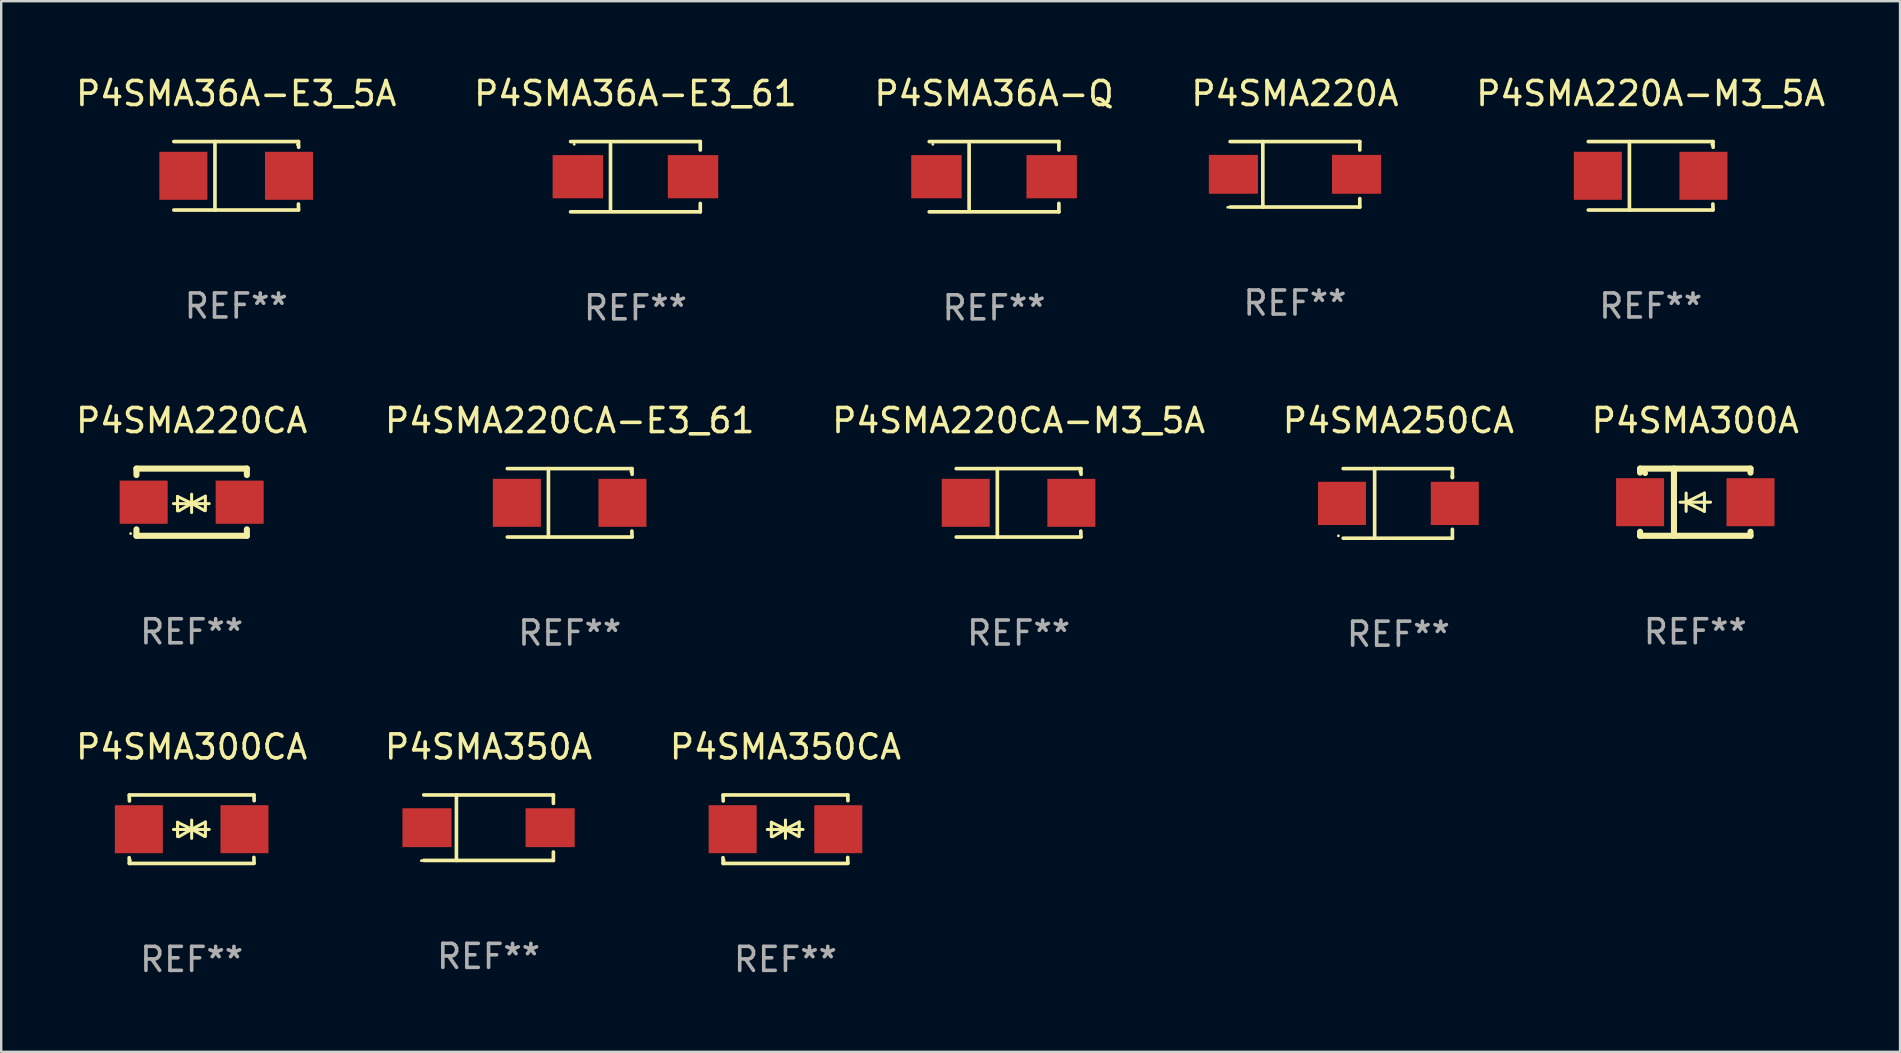
<source format=kicad_pcb>
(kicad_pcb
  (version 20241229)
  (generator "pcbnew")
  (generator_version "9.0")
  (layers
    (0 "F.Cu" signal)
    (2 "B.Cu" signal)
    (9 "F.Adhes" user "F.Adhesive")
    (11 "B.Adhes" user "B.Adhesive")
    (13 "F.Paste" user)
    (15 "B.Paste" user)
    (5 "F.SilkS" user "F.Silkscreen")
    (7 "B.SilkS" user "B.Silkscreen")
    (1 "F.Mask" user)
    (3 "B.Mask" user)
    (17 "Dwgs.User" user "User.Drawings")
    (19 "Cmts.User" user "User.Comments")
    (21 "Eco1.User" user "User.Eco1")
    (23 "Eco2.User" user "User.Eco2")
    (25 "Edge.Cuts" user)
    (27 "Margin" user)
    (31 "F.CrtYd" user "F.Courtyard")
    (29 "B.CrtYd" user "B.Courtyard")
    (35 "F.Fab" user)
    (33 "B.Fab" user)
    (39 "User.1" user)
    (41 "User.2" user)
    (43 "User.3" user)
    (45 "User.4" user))
  (footprint "P4SMA350A"
    (layer "F.Cu")
    (at 17.304 31.432)
    (property "Reference" "P4SMA350A" (at 0 -3.364 0) (layer "F.SilkS") (effects (font (size 1 1) (thickness 0.15))))
    (attr through_hole)
    (fp_line (start -2.701 -1.364) (end 2.701 -1.364) (stroke (width 0.152) (type solid)) (layer "F.SilkS"))
    (fp_line (start -2.701 1.364) (end 2.701 1.364) (stroke (width 0.152) (type solid)) (layer "F.SilkS"))
    (fp_line (start -1.339 -1.364) (end -1.339 1.364) (stroke (width 0.152) (type solid)) (layer "F.SilkS"))
    (fp_line (start 2.701 -1.364) (end 2.701 -1.013) (stroke (width 0.152) (type solid)) (layer "F.SilkS"))
    (fp_line (start 2.701 1.364) (end 2.701 1.013) (stroke (width 0.152) (type solid)) (layer "F.SilkS"))
    (fp_circle (center -2.8 1.375) (end -2.77 1.375) (stroke (width 0.06) (type solid)) (fill no) (layer "F.SilkS"))
    (fp_text user "REF**" (at 0 5.364 0) (layer "F.Fab") (effects (font (size 1 1) (thickness 0.15))))
    (pad "1" smd rect (at -2.565 -0.000025) (size 2.046 1.62) (layers "F.Cu" "F.Mask" "F.Paste"))
    (pad "2" smd rect (at 2.565 -0.000025) (size 2.046 1.62) (layers "F.Cu" "F.Mask" "F.Paste")))
  (footprint "P4SMA220A-M3_5A"
    (layer "F.Cu")
    (at 65.72 4.274)
    (property "Reference" "P4SMA220A-M3_5A" (at 0 -3.426 0) (layer "F.SilkS") (effects (font (size 1 1) (thickness 0.15))))
    (attr through_hole)
    (fp_line (start -2.6 -1.426) (end 2.593 -1.426) (stroke (width 0.152) (type solid)) (layer "F.SilkS"))
    (fp_line (start -2.6 1.426) (end 2.593 1.426) (stroke (width 0.152) (type solid)) (layer "F.SilkS"))
    (fp_line (start -0.887 -1.426) (end -0.887 1.426) (stroke (width 0.152) (type solid)) (layer "F.SilkS"))
    (fp_line (start 2.59 1.176) (end 2.597 1.415) (stroke (width 0.152) (type solid)) (layer "F.SilkS"))
    (fp_line (start 2.593 -1.426) (end 2.6 -1.187) (stroke (width 0.152) (type solid)) (layer "F.SilkS"))
    (fp_circle (center 2.547 -1.3) (end 2.577 -1.3) (stroke (width 0.06) (type solid)) (fill no) (layer "F.SilkS"))
    (fp_text user "REF**" (at 0 5.426 0) (layer "F.Fab") (effects (font (size 1 1) (thickness 0.15))))
    (pad "1" smd rect (at 2.197 -0.000025 180) (size 2 2) (layers "F.Cu" "F.Mask" "F.Paste"))
    (pad "2" smd rect (at -2.203 -0.000025 180) (size 2 2) (layers "F.Cu" "F.Mask" "F.Paste")))
  (footprint "P4SMA36A-Q"
    (layer "F.Cu")
    (at 38.363 4.312)
    (property "Reference" "P4SMA36A-Q" (at 0 -3.464 0) (layer "F.SilkS") (effects (font (size 1 1) (thickness 0.15))))
    (attr through_hole)
    (fp_line (start -2.701 -1.464) (end 2.701 -1.464) (stroke (width 0.152) (type solid)) (layer "F.SilkS"))
    (fp_line (start -2.701 1.464) (end 2.701 1.464) (stroke (width 0.152) (type solid)) (layer "F.SilkS"))
    (fp_line (start -1.039 -1.364) (end -1.039 1.364) (stroke (width 0.152) (type solid)) (layer "F.SilkS"))
    (fp_line (start 2.701 -1.464) (end 2.701 -1.113) (stroke (width 0.152) (type solid)) (layer "F.SilkS"))
    (fp_line (start 2.701 1.464) (end 2.701 1.113) (stroke (width 0.152) (type solid)) (layer "F.SilkS"))
    (fp_circle (center -2.55 -1.35) (end -2.52 -1.35) (stroke (width 0.06) (type solid)) (fill no) (layer "F.SilkS"))
    (fp_text user "REF**" (at 0 5.464 0) (layer "F.Fab") (effects (font (size 1 1) (thickness 0.15))))
    (pad "1" smd rect (at -2.4 0) (size 2.1 1.8) (layers "F.Cu" "F.Mask" "F.Paste"))
    (pad "2" smd rect (at 2.4 0) (size 2.1 1.8) (layers "F.Cu" "F.Mask" "F.Paste")))
  (footprint "P4SMA250CA"
    (layer "F.Cu")
    (at 55.208 17.922)
    (property "Reference" "P4SMA250CA" (at 0 -3.45 0) (layer "F.SilkS") (effects (font (size 1 1) (thickness 0.15))))
    (attr through_hole)
    (fp_line (start -2.3 -1.45) (end 2.25 -1.45) (stroke (width 0.152) (type solid)) (layer "F.SilkS"))
    (fp_line (start -0.989 -1.45) (end -0.989 1.45) (stroke (width 0.152) (type solid)) (layer "F.SilkS"))
    (fp_line (start 2.25 -1.45) (end 2.25 -1.08) (stroke (width 0.152) (type solid)) (layer "F.SilkS"))
    (fp_line (start 2.25 -1.08) (end 2.25 -1.142) (stroke (width 0.152) (type solid)) (layer "F.SilkS"))
    (fp_line (start 2.25 1.45) (end -2.3 1.45) (stroke (width 0.152) (type solid)) (layer "F.SilkS"))
    (fp_line (start 2.25 1.45) (end 2.25 1.08) (stroke (width 0.152) (type solid)) (layer "F.SilkS"))
    (fp_circle (center -2.5 1.35) (end -2.47 1.35) (stroke (width 0.06) (type solid)) (fill no) (layer "F.SilkS"))
    (fp_text user "REF**" (at 0 5.45 0) (layer "F.Fab") (effects (font (size 1 1) (thickness 0.15))))
    (pad "1" smd rect (at -2.35 0.000025) (size 2 1.8) (layers "F.Cu" "F.Mask" "F.Paste"))
    (pad "2" smd rect (at 2.35 0.000025) (size 2 1.8) (layers "F.Cu" "F.Mask" "F.Paste")))
  (footprint "P4SMA220CA-M3_5A"
    (layer "F.Cu")
    (at 39.387 17.898)
    (property "Reference" "P4SMA220CA-M3_5A" (at 0 -3.426 0) (layer "F.SilkS") (effects (font (size 1 1) (thickness 0.15))))
    (attr through_hole)
    (fp_line (start -2.6 -1.426) (end 2.593 -1.426) (stroke (width 0.152) (type solid)) (layer "F.SilkS"))
    (fp_line (start -2.6 1.426) (end 2.593 1.426) (stroke (width 0.152) (type solid)) (layer "F.SilkS"))
    (fp_line (start -0.887 -1.426) (end -0.887 1.426) (stroke (width 0.152) (type solid)) (layer "F.SilkS"))
    (fp_line (start 2.59 1.176) (end 2.597 1.415) (stroke (width 0.152) (type solid)) (layer "F.SilkS"))
    (fp_line (start 2.593 -1.426) (end 2.6 -1.187) (stroke (width 0.152) (type solid)) (layer "F.SilkS"))
    (fp_circle (center 2.547 -1.3) (end 2.577 -1.3) (stroke (width 0.06) (type solid)) (fill no) (layer "F.SilkS"))
    (fp_text user "REF**" (at 0 5.426 0) (layer "F.Fab") (effects (font (size 1 1) (thickness 0.15))))
    (pad "1" smd rect (at 2.197 -0.000025 180) (size 2 2) (layers "F.Cu" "F.Mask" "F.Paste"))
    (pad "2" smd rect (at -2.203 -0.000025 180) (size 2 2) (layers "F.Cu" "F.Mask" "F.Paste")))
  (footprint "P4SMA220CA-E3_61"
    (layer "F.Cu")
    (at 20.685 17.898)
    (property "Reference" "P4SMA220CA-E3_61" (at 0 -3.426 0) (layer "F.SilkS") (effects (font (size 1 1) (thickness 0.15))))
    (attr through_hole)
    (fp_line (start -2.6 -1.426) (end 2.593 -1.426) (stroke (width 0.152) (type solid)) (layer "F.SilkS"))
    (fp_line (start -2.6 1.426) (end 2.593 1.426) (stroke (width 0.152) (type solid)) (layer "F.SilkS"))
    (fp_line (start -0.887 -1.426) (end -0.887 1.426) (stroke (width 0.152) (type solid)) (layer "F.SilkS"))
    (fp_line (start 2.59 1.176) (end 2.597 1.415) (stroke (width 0.152) (type solid)) (layer "F.SilkS"))
    (fp_line (start 2.593 -1.426) (end 2.6 -1.187) (stroke (width 0.152) (type solid)) (layer "F.SilkS"))
    (fp_circle (center 2.547 -1.3) (end 2.577 -1.3) (stroke (width 0.06) (type solid)) (fill no) (layer "F.SilkS"))
    (fp_text user "REF**" (at 0 5.426 0) (layer "F.Fab") (effects (font (size 1 1) (thickness 0.15))))
    (pad "1" smd rect (at 2.197 -0.000025 180) (size 2 2) (layers "F.Cu" "F.Mask" "F.Paste"))
    (pad "2" smd rect (at -2.203 -0.000025 180) (size 2 2) (layers "F.Cu" "F.Mask" "F.Paste")))
  (footprint "P4SMA350CA"
    (layer "F.Cu")
    (at 29.673 31.495)
    (property "Reference" "P4SMA350CA" (at 0 -3.426 0) (layer "F.SilkS") (effects (font (size 1 1) (thickness 0.15))))
    (attr through_hole)
    (fp_line (start -2.596 -1.426) (end 2.596 -1.426) (stroke (width 0.152) (type solid)) (layer "F.SilkS"))
    (fp_line (start -2.596 1.426) (end -2.603 1.187) (stroke (width 0.152) (type solid)) (layer "F.SilkS"))
    (fp_line (start -2.596 1.426) (end 2.596 1.426) (stroke (width 0.152) (type solid)) (layer "F.SilkS"))
    (fp_line (start -2.593 -1.176) (end -2.6 -1.415) (stroke (width 0.152) (type solid)) (layer "F.SilkS"))
    (fp_line (start -0.758 0.011) (end 0.732 0.011) (stroke (width 0.127) (type solid)) (layer "F.SilkS"))
    (fp_line (start -0.588 -0.289) (end -0.588 0.311) (stroke (width 0.127) (type solid)) (layer "F.SilkS"))
    (fp_line (start -0.588 -0.289) (end 0 0) (stroke (width 0.127) (type solid)) (layer "F.SilkS"))
    (fp_line (start -0.528 0.311) (end 0 0) (stroke (width 0.127) (type solid)) (layer "F.SilkS"))
    (fp_line (start 0 0) (end 0 -0.381) (stroke (width 0.127) (type solid)) (layer "F.SilkS"))
    (fp_line (start 0 0) (end 0 0.381) (stroke (width 0.127) (type solid)) (layer "F.SilkS"))
    (fp_line (start 0.542 0.301) (end 0 0) (stroke (width 0.127) (type solid)) (layer "F.SilkS"))
    (fp_line (start 0.572 -0.299) (end 0 0) (stroke (width 0.127) (type solid)) (layer "F.SilkS"))
    (fp_line (start 0.572 -0.299) (end 0.572 0.301) (stroke (width 0.127) (type solid)) (layer "F.SilkS"))
    (fp_line (start 2.593 1.176) (end 2.6 1.415) (stroke (width 0.152) (type solid)) (layer "F.SilkS"))
    (fp_line (start 2.596 -1.426) (end 2.603 -1.187) (stroke (width 0.152) (type solid)) (layer "F.SilkS"))
    (fp_circle (center -2.55 1.3) (end -2.52 1.3) (stroke (width 0.06) (type solid)) (fill no) (layer "F.SilkS"))
    (fp_text user "REF**" (at 0 5.426 0) (layer "F.Fab") (effects (font (size 1 1) (thickness 0.15))))
    (pad "1" smd rect (at -2.2 0 180) (size 2 2) (layers "F.Cu" "F.Mask" "F.Paste"))
    (pad "2" smd rect (at 2.2 0 180) (size 2 2) (layers "F.Cu" "F.Mask" "F.Paste")))
  (footprint "P4SMA220A"
    (layer "F.Cu")
    (at 50.899 4.212)
    (property "Reference" "P4SMA220A" (at 0 -3.364 0) (layer "F.SilkS") (effects (font (size 1 1) (thickness 0.15))))
    (attr through_hole)
    (fp_line (start -2.701 -1.364) (end 2.701 -1.364) (stroke (width 0.152) (type solid)) (layer "F.SilkS"))
    (fp_line (start -2.701 1.364) (end 2.701 1.364) (stroke (width 0.152) (type solid)) (layer "F.SilkS"))
    (fp_line (start -1.339 -1.364) (end -1.339 1.364) (stroke (width 0.152) (type solid)) (layer "F.SilkS"))
    (fp_line (start 2.701 -1.364) (end 2.701 -1.013) (stroke (width 0.152) (type solid)) (layer "F.SilkS"))
    (fp_line (start 2.701 1.364) (end 2.701 1.013) (stroke (width 0.152) (type solid)) (layer "F.SilkS"))
    (fp_circle (center -2.8 1.375) (end -2.77 1.375) (stroke (width 0.06) (type solid)) (fill no) (layer "F.SilkS"))
    (fp_text user "REF**" (at 0 5.364 0) (layer "F.Fab") (effects (font (size 1 1) (thickness 0.15))))
    (pad "1" smd rect (at -2.565 -0.000025) (size 2.046 1.62) (layers "F.Cu" "F.Mask" "F.Paste"))
    (pad "2" smd rect (at 2.565 -0.000025) (size 2.046 1.62) (layers "F.Cu" "F.Mask" "F.Paste")))
  (footprint "P4SMA36A-E3_61"
    (layer "F.Cu")
    (at 23.423 4.312)
    (property "Reference" "P4SMA36A-E3_61" (at 0 -3.464 0) (layer "F.SilkS") (effects (font (size 1 1) (thickness 0.15))))
    (attr through_hole)
    (fp_line (start -2.701 -1.464) (end 2.701 -1.464) (stroke (width 0.152) (type solid)) (layer "F.SilkS"))
    (fp_line (start -2.701 1.464) (end 2.701 1.464) (stroke (width 0.152) (type solid)) (layer "F.SilkS"))
    (fp_line (start -1.039 -1.364) (end -1.039 1.364) (stroke (width 0.152) (type solid)) (layer "F.SilkS"))
    (fp_line (start 2.701 -1.464) (end 2.701 -1.113) (stroke (width 0.152) (type solid)) (layer "F.SilkS"))
    (fp_line (start 2.701 1.464) (end 2.701 1.113) (stroke (width 0.152) (type solid)) (layer "F.SilkS"))
    (fp_circle (center -2.55 -1.35) (end -2.52 -1.35) (stroke (width 0.06) (type solid)) (fill no) (layer "F.SilkS"))
    (fp_text user "REF**" (at 0 5.464 0) (layer "F.Fab") (effects (font (size 1 1) (thickness 0.15))))
    (pad "1" smd rect (at -2.4 0) (size 2.1 1.8) (layers "F.Cu" "F.Mask" "F.Paste"))
    (pad "2" smd rect (at 2.4 0) (size 2.1 1.8) (layers "F.Cu" "F.Mask" "F.Paste")))
  (footprint "P4SMA220CA"
    (layer "F.Cu")
    (at 4.935 17.872)
    (property "Reference" "P4SMA220CA" (at 0 -3.4 0) (layer "F.SilkS") (effects (font (size 1 1) (thickness 0.15))))
    (attr through_hole)
    (fp_line (start -2.3 -1.4) (end -2.3 -1.131) (stroke (width 0.254) (type solid)) (layer "F.SilkS"))
    (fp_line (start -2.3 -1.4) (end 2.3 -1.4) (stroke (width 0.254) (type solid)) (layer "F.SilkS"))
    (fp_line (start -2.3 1.131) (end -2.3 1.4) (stroke (width 0.254) (type solid)) (layer "F.SilkS"))
    (fp_line (start -2.3 1.4) (end 2.3 1.4) (stroke (width 0.254) (type solid)) (layer "F.SilkS"))
    (fp_line (start -0.76 0.06) (end 0.73 0.06) (stroke (width 0.127) (type solid)) (layer "F.SilkS"))
    (fp_line (start -0.59 -0.24) (end -0.59 0.36) (stroke (width 0.127) (type solid)) (layer "F.SilkS"))
    (fp_line (start -0.59 -0.24) (end -0.002 0.049) (stroke (width 0.127) (type solid)) (layer "F.SilkS"))
    (fp_line (start -0.53 0.36) (end -0.002 0.049) (stroke (width 0.127) (type solid)) (layer "F.SilkS"))
    (fp_line (start -0.002 0.049) (end -0.002 -0.332) (stroke (width 0.127) (type solid)) (layer "F.SilkS"))
    (fp_line (start -0.002 0.049) (end -0.002 0.43) (stroke (width 0.127) (type solid)) (layer "F.SilkS"))
    (fp_line (start 0.54 0.35) (end -0.002 0.049) (stroke (width 0.127) (type solid)) (layer "F.SilkS"))
    (fp_line (start 0.57 -0.25) (end -0.002 0.049) (stroke (width 0.127) (type solid)) (layer "F.SilkS"))
    (fp_line (start 0.57 -0.25) (end 0.57 0.35) (stroke (width 0.127) (type solid)) (layer "F.SilkS"))
    (fp_line (start 2.3 -1.4) (end 2.3 -1.131) (stroke (width 0.254) (type solid)) (layer "F.SilkS"))
    (fp_line (start 2.3 1.131) (end 2.3 1.4) (stroke (width 0.254) (type solid)) (layer "F.SilkS"))
    (fp_circle (center -2.542 1.308) (end -2.512 1.308) (stroke (width 0.06) (type solid)) (fill no) (layer "F.SilkS"))
    (fp_text user "REF**" (at 0 5.4 0) (layer "F.Fab") (effects (font (size 1 1) (thickness 0.15))))
    (pad "1" smd rect (at -2 0) (size 2 1.8) (layers "F.Cu" "F.Mask" "F.Paste"))
    (pad "2" smd rect (at 2 0) (size 2 1.8) (layers "F.Cu" "F.Mask" "F.Paste")))
  (footprint "P4SMA36A-E3_5A"
    (layer "F.Cu")
    (at 6.792 4.274)
    (property "Reference" "P4SMA36A-E3_5A" (at 0 -3.426 0) (layer "F.SilkS") (effects (font (size 1 1) (thickness 0.15))))
    (attr through_hole)
    (fp_line (start -2.6 -1.426) (end 2.593 -1.426) (stroke (width 0.152) (type solid)) (layer "F.SilkS"))
    (fp_line (start -2.6 1.426) (end 2.593 1.426) (stroke (width 0.152) (type solid)) (layer "F.SilkS"))
    (fp_line (start -0.887 -1.426) (end -0.887 1.426) (stroke (width 0.152) (type solid)) (layer "F.SilkS"))
    (fp_line (start 2.59 1.176) (end 2.597 1.415) (stroke (width 0.152) (type solid)) (layer "F.SilkS"))
    (fp_line (start 2.593 -1.426) (end 2.6 -1.187) (stroke (width 0.152) (type solid)) (layer "F.SilkS"))
    (fp_circle (center 2.547 -1.3) (end 2.577 -1.3) (stroke (width 0.06) (type solid)) (fill no) (layer "F.SilkS"))
    (fp_text user "REF**" (at 0 5.426 0) (layer "F.Fab") (effects (font (size 1 1) (thickness 0.15))))
    (pad "1" smd rect (at 2.197 -0.000025 180) (size 2 2) (layers "F.Cu" "F.Mask" "F.Paste"))
    (pad "2" smd rect (at -2.203 -0.000025 180) (size 2 2) (layers "F.Cu" "F.Mask" "F.Paste")))
  (footprint "P4SMA300CA"
    (layer "F.Cu")
    (at 4.935 31.495)
    (property "Reference" "P4SMA300CA" (at 0 -3.426 0) (layer "F.SilkS") (effects (font (size 1 1) (thickness 0.15))))
    (attr through_hole)
    (fp_line (start -2.596 -1.426) (end 2.596 -1.426) (stroke (width 0.152) (type solid)) (layer "F.SilkS"))
    (fp_line (start -2.596 1.426) (end -2.603 1.187) (stroke (width 0.152) (type solid)) (layer "F.SilkS"))
    (fp_line (start -2.596 1.426) (end 2.596 1.426) (stroke (width 0.152) (type solid)) (layer "F.SilkS"))
    (fp_line (start -2.593 -1.176) (end -2.6 -1.415) (stroke (width 0.152) (type solid)) (layer "F.SilkS"))
    (fp_line (start -0.758 0.011) (end 0.732 0.011) (stroke (width 0.127) (type solid)) (layer "F.SilkS"))
    (fp_line (start -0.588 -0.289) (end -0.588 0.311) (stroke (width 0.127) (type solid)) (layer "F.SilkS"))
    (fp_line (start -0.588 -0.289) (end 0 0) (stroke (width 0.127) (type solid)) (layer "F.SilkS"))
    (fp_line (start -0.528 0.311) (end 0 0) (stroke (width 0.127) (type solid)) (layer "F.SilkS"))
    (fp_line (start 0 0) (end 0 -0.381) (stroke (width 0.127) (type solid)) (layer "F.SilkS"))
    (fp_line (start 0 0) (end 0 0.381) (stroke (width 0.127) (type solid)) (layer "F.SilkS"))
    (fp_line (start 0.542 0.301) (end 0 0) (stroke (width 0.127) (type solid)) (layer "F.SilkS"))
    (fp_line (start 0.572 -0.299) (end 0 0) (stroke (width 0.127) (type solid)) (layer "F.SilkS"))
    (fp_line (start 0.572 -0.299) (end 0.572 0.301) (stroke (width 0.127) (type solid)) (layer "F.SilkS"))
    (fp_line (start 2.593 1.176) (end 2.6 1.415) (stroke (width 0.152) (type solid)) (layer "F.SilkS"))
    (fp_line (start 2.596 -1.426) (end 2.603 -1.187) (stroke (width 0.152) (type solid)) (layer "F.SilkS"))
    (fp_circle (center -2.55 1.3) (end -2.52 1.3) (stroke (width 0.06) (type solid)) (fill no) (layer "F.SilkS"))
    (fp_text user "REF**" (at 0 5.426 0) (layer "F.Fab") (effects (font (size 1 1) (thickness 0.15))))
    (pad "1" smd rect (at -2.2 0 180) (size 2 2) (layers "F.Cu" "F.Mask" "F.Paste"))
    (pad "2" smd rect (at 2.2 0 180) (size 2 2) (layers "F.Cu" "F.Mask" "F.Paste")))
  (footprint "P4SMA300A"
    (layer "F.Cu")
    (at 67.577 17.872)
    (property "Reference" "P4SMA300A" (at 0 -3.4 0) (layer "F.SilkS") (effects (font (size 1 1) (thickness 0.15))))
    (attr through_hole)
    (fp_line (start -2.3 -1.4) (end -2.3 -1.231) (stroke (width 0.254) (type solid)) (layer "F.SilkS"))
    (fp_line (start -2.3 -1.4) (end 2.3 -1.4) (stroke (width 0.254) (type solid)) (layer "F.SilkS"))
    (fp_line (start -2.3 1.231) (end -2.3 1.4) (stroke (width 0.254) (type solid)) (layer "F.SilkS"))
    (fp_line (start -2.3 1.4) (end 2.3 1.4) (stroke (width 0.254) (type solid)) (layer "F.SilkS"))
    (fp_line (start -0.889 1.4) (end -0.889 -1.4) (stroke (width 0.254) (type solid)) (layer "F.SilkS"))
    (fp_line (start -0.381 0) (end -0.381 -0.381) (stroke (width 0.127) (type solid)) (layer "F.SilkS"))
    (fp_line (start -0.381 0) (end -0.381 0.381) (stroke (width 0.127) (type solid)) (layer "F.SilkS"))
    (fp_line (start 0.381 -0.381) (end -0.381 0) (stroke (width 0.127) (type solid)) (layer "F.SilkS"))
    (fp_line (start 0.381 0) (end 0.381 -0.381) (stroke (width 0.127) (type solid)) (layer "F.SilkS"))
    (fp_line (start 0.381 0) (end 0.381 0.381) (stroke (width 0.127) (type solid)) (layer "F.SilkS"))
    (fp_line (start 0.381 0.381) (end -0.381 0) (stroke (width 0.127) (type solid)) (layer "F.SilkS"))
    (fp_line (start 0.635 0) (end -0.635 0) (stroke (width 0.127) (type solid)) (layer "F.SilkS"))
    (fp_line (start 2.3 -1.4) (end 2.3 -1.231) (stroke (width 0.254) (type solid)) (layer "F.SilkS"))
    (fp_line (start 2.3 1.231) (end 2.3 1.4) (stroke (width 0.254) (type solid)) (layer "F.SilkS"))
    (fp_circle (center -2.088 -1.208) (end -2.028 -1.208) (stroke (width 0.12) (type solid)) (fill no) (layer "F.SilkS"))
    (fp_text user "REF**" (at 0 5.4 0) (layer "F.Fab") (effects (font (size 1 1) (thickness 0.15))))
    (pad "1" smd rect (at -2.3 0 180) (size 2 2) (layers "F.Cu" "F.Mask" "F.Paste"))
    (pad "2" smd rect (at 2.3 0 180) (size 2 2) (layers "F.Cu" "F.Mask" "F.Paste")))
  (gr_rect
    (start -3 -3)
    (end 76.107 40.769)
    (stroke (width 0.1) (type default))
    (fill no)
    (layer "Edge.Cuts")))
</source>
